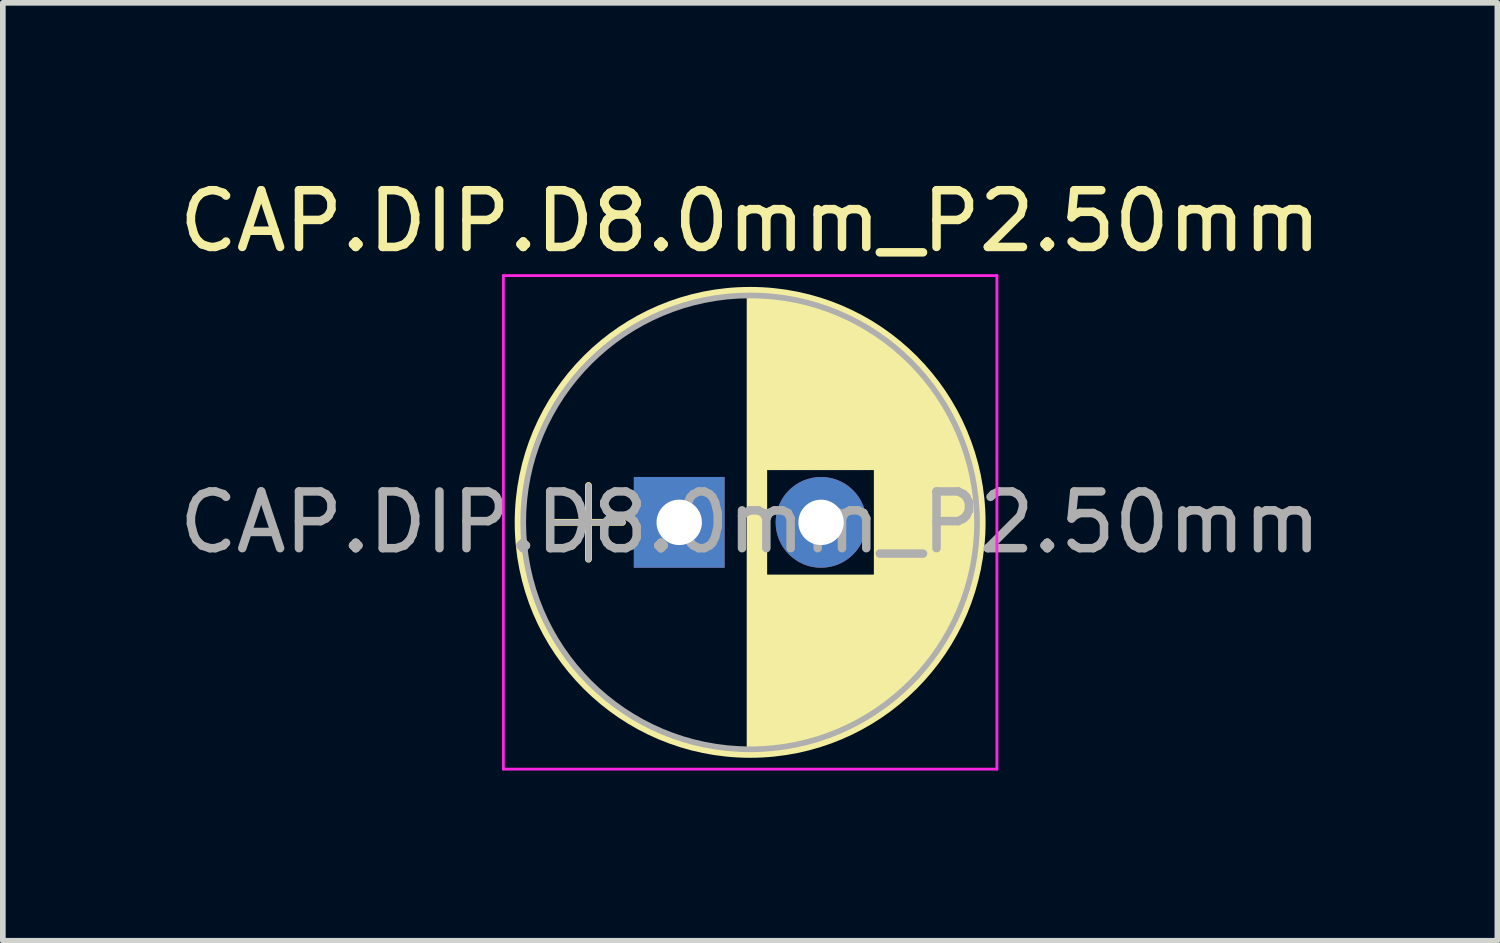
<source format=kicad_pcb>
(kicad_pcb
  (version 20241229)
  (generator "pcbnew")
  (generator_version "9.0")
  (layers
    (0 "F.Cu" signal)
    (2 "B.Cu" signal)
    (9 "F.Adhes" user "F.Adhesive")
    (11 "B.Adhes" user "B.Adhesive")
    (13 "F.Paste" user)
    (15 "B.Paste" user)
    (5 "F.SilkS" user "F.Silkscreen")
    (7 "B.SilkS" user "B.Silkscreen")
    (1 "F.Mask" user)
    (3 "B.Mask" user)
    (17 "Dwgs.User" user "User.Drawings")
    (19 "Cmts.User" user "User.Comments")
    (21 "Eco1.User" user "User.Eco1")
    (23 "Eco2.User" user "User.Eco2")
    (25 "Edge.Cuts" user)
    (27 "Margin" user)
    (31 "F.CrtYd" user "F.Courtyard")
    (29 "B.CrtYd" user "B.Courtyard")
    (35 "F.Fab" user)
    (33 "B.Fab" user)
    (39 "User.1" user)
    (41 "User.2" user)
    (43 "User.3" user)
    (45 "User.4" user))
  (footprint "CAP.DIP.D8.0mm_P2.50mm"
    (layer "F.Cu")
    (at 8.923 6.158)
    (property "Reference" "CAP.DIP.D8.0mm_P2.50mm" (at 1.25 -5.31 0) (layer "F.SilkS") (effects (font (size 1 1) (thickness 0.15))))
    (attr through_hole)
    (fp_line (start -2.2 0) (end -1 0) (stroke (width 0.12) (type solid)) (layer "F.SilkS"))
    (fp_line (start -1.6 -0.65) (end -1.6 0.65) (stroke (width 0.12) (type solid)) (layer "F.SilkS"))
    (fp_line (start 1.25 -4.05) (end 1.25 4.05) (stroke (width 0.12) (type solid)) (layer "F.SilkS"))
    (fp_line (start 1.29 -4.05) (end 1.29 4.05) (stroke (width 0.12) (type solid)) (layer "F.SilkS"))
    (fp_line (start 1.33 -4.05) (end 1.33 4.05) (stroke (width 0.12) (type solid)) (layer "F.SilkS"))
    (fp_line (start 1.37 -4.049) (end 1.37 4.049) (stroke (width 0.12) (type solid)) (layer "F.SilkS"))
    (fp_line (start 1.41 -4.047) (end 1.41 4.047) (stroke (width 0.12) (type solid)) (layer "F.SilkS"))
    (fp_line (start 1.45 -4.046) (end 1.45 4.046) (stroke (width 0.12) (type solid)) (layer "F.SilkS"))
    (fp_line (start 1.49 -4.043) (end 1.49 4.043) (stroke (width 0.12) (type solid)) (layer "F.SilkS"))
    (fp_line (start 1.53 -4.041) (end 1.53 -0.98) (stroke (width 0.12) (type solid)) (layer "F.SilkS"))
    (fp_line (start 1.53 0.98) (end 1.53 4.041) (stroke (width 0.12) (type solid)) (layer "F.SilkS"))
    (fp_line (start 1.57 -4.038) (end 1.57 -0.98) (stroke (width 0.12) (type solid)) (layer "F.SilkS"))
    (fp_line (start 1.57 0.98) (end 1.57 4.038) (stroke (width 0.12) (type solid)) (layer "F.SilkS"))
    (fp_line (start 1.61 -4.035) (end 1.61 -0.98) (stroke (width 0.12) (type solid)) (layer "F.SilkS"))
    (fp_line (start 1.61 0.98) (end 1.61 4.035) (stroke (width 0.12) (type solid)) (layer "F.SilkS"))
    (fp_line (start 1.65 -4.031) (end 1.65 -0.98) (stroke (width 0.12) (type solid)) (layer "F.SilkS"))
    (fp_line (start 1.65 0.98) (end 1.65 4.031) (stroke (width 0.12) (type solid)) (layer "F.SilkS"))
    (fp_line (start 1.69 -4.027) (end 1.69 -0.98) (stroke (width 0.12) (type solid)) (layer "F.SilkS"))
    (fp_line (start 1.69 0.98) (end 1.69 4.027) (stroke (width 0.12) (type solid)) (layer "F.SilkS"))
    (fp_line (start 1.73 -4.022) (end 1.73 -0.98) (stroke (width 0.12) (type solid)) (layer "F.SilkS"))
    (fp_line (start 1.73 0.98) (end 1.73 4.022) (stroke (width 0.12) (type solid)) (layer "F.SilkS"))
    (fp_line (start 1.77 -4.017) (end 1.77 -0.98) (stroke (width 0.12) (type solid)) (layer "F.SilkS"))
    (fp_line (start 1.77 0.98) (end 1.77 4.017) (stroke (width 0.12) (type solid)) (layer "F.SilkS"))
    (fp_line (start 1.81 -4.012) (end 1.81 -0.98) (stroke (width 0.12) (type solid)) (layer "F.SilkS"))
    (fp_line (start 1.81 0.98) (end 1.81 4.012) (stroke (width 0.12) (type solid)) (layer "F.SilkS"))
    (fp_line (start 1.85 -4.006) (end 1.85 -0.98) (stroke (width 0.12) (type solid)) (layer "F.SilkS"))
    (fp_line (start 1.85 0.98) (end 1.85 4.006) (stroke (width 0.12) (type solid)) (layer "F.SilkS"))
    (fp_line (start 1.89 -4) (end 1.89 -0.98) (stroke (width 0.12) (type solid)) (layer "F.SilkS"))
    (fp_line (start 1.89 0.98) (end 1.89 4) (stroke (width 0.12) (type solid)) (layer "F.SilkS"))
    (fp_line (start 1.93 -3.994) (end 1.93 -0.98) (stroke (width 0.12) (type solid)) (layer "F.SilkS"))
    (fp_line (start 1.93 0.98) (end 1.93 3.994) (stroke (width 0.12) (type solid)) (layer "F.SilkS"))
    (fp_line (start 1.971 -3.987) (end 1.971 -0.98) (stroke (width 0.12) (type solid)) (layer "F.SilkS"))
    (fp_line (start 1.971 0.98) (end 1.971 3.987) (stroke (width 0.12) (type solid)) (layer "F.SilkS"))
    (fp_line (start 2.011 -3.979) (end 2.011 -0.98) (stroke (width 0.12) (type solid)) (layer "F.SilkS"))
    (fp_line (start 2.011 0.98) (end 2.011 3.979) (stroke (width 0.12) (type solid)) (layer "F.SilkS"))
    (fp_line (start 2.051 -3.971) (end 2.051 -0.98) (stroke (width 0.12) (type solid)) (layer "F.SilkS"))
    (fp_line (start 2.051 0.98) (end 2.051 3.971) (stroke (width 0.12) (type solid)) (layer "F.SilkS"))
    (fp_line (start 2.091 -3.963) (end 2.091 -0.98) (stroke (width 0.12) (type solid)) (layer "F.SilkS"))
    (fp_line (start 2.091 0.98) (end 2.091 3.963) (stroke (width 0.12) (type solid)) (layer "F.SilkS"))
    (fp_line (start 2.131 -3.955) (end 2.131 -0.98) (stroke (width 0.12) (type solid)) (layer "F.SilkS"))
    (fp_line (start 2.131 0.98) (end 2.131 3.955) (stroke (width 0.12) (type solid)) (layer "F.SilkS"))
    (fp_line (start 2.171 -3.946) (end 2.171 -0.98) (stroke (width 0.12) (type solid)) (layer "F.SilkS"))
    (fp_line (start 2.171 0.98) (end 2.171 3.946) (stroke (width 0.12) (type solid)) (layer "F.SilkS"))
    (fp_line (start 2.211 -3.936) (end 2.211 -0.98) (stroke (width 0.12) (type solid)) (layer "F.SilkS"))
    (fp_line (start 2.211 0.98) (end 2.211 3.936) (stroke (width 0.12) (type solid)) (layer "F.SilkS"))
    (fp_line (start 2.251 -3.926) (end 2.251 -0.98) (stroke (width 0.12) (type solid)) (layer "F.SilkS"))
    (fp_line (start 2.251 0.98) (end 2.251 3.926) (stroke (width 0.12) (type solid)) (layer "F.SilkS"))
    (fp_line (start 2.291 -3.916) (end 2.291 -0.98) (stroke (width 0.12) (type solid)) (layer "F.SilkS"))
    (fp_line (start 2.291 0.98) (end 2.291 3.916) (stroke (width 0.12) (type solid)) (layer "F.SilkS"))
    (fp_line (start 2.331 -3.905) (end 2.331 -0.98) (stroke (width 0.12) (type solid)) (layer "F.SilkS"))
    (fp_line (start 2.331 0.98) (end 2.331 3.905) (stroke (width 0.12) (type solid)) (layer "F.SilkS"))
    (fp_line (start 2.371 -3.894) (end 2.371 -0.98) (stroke (width 0.12) (type solid)) (layer "F.SilkS"))
    (fp_line (start 2.371 0.98) (end 2.371 3.894) (stroke (width 0.12) (type solid)) (layer "F.SilkS"))
    (fp_line (start 2.411 -3.883) (end 2.411 -0.98) (stroke (width 0.12) (type solid)) (layer "F.SilkS"))
    (fp_line (start 2.411 0.98) (end 2.411 3.883) (stroke (width 0.12) (type solid)) (layer "F.SilkS"))
    (fp_line (start 2.451 -3.87) (end 2.451 -0.98) (stroke (width 0.12) (type solid)) (layer "F.SilkS"))
    (fp_line (start 2.451 0.98) (end 2.451 3.87) (stroke (width 0.12) (type solid)) (layer "F.SilkS"))
    (fp_line (start 2.491 -3.858) (end 2.491 -0.98) (stroke (width 0.12) (type solid)) (layer "F.SilkS"))
    (fp_line (start 2.491 0.98) (end 2.491 3.858) (stroke (width 0.12) (type solid)) (layer "F.SilkS"))
    (fp_line (start 2.531 -3.845) (end 2.531 -0.98) (stroke (width 0.12) (type solid)) (layer "F.SilkS"))
    (fp_line (start 2.531 0.98) (end 2.531 3.845) (stroke (width 0.12) (type solid)) (layer "F.SilkS"))
    (fp_line (start 2.571 -3.832) (end 2.571 -0.98) (stroke (width 0.12) (type solid)) (layer "F.SilkS"))
    (fp_line (start 2.571 0.98) (end 2.571 3.832) (stroke (width 0.12) (type solid)) (layer "F.SilkS"))
    (fp_line (start 2.611 -3.818) (end 2.611 -0.98) (stroke (width 0.12) (type solid)) (layer "F.SilkS"))
    (fp_line (start 2.611 0.98) (end 2.611 3.818) (stroke (width 0.12) (type solid)) (layer "F.SilkS"))
    (fp_line (start 2.651 -3.803) (end 2.651 -0.98) (stroke (width 0.12) (type solid)) (layer "F.SilkS"))
    (fp_line (start 2.651 0.98) (end 2.651 3.803) (stroke (width 0.12) (type solid)) (layer "F.SilkS"))
    (fp_line (start 2.691 -3.789) (end 2.691 -0.98) (stroke (width 0.12) (type solid)) (layer "F.SilkS"))
    (fp_line (start 2.691 0.98) (end 2.691 3.789) (stroke (width 0.12) (type solid)) (layer "F.SilkS"))
    (fp_line (start 2.731 -3.773) (end 2.731 -0.98) (stroke (width 0.12) (type solid)) (layer "F.SilkS"))
    (fp_line (start 2.731 0.98) (end 2.731 3.773) (stroke (width 0.12) (type solid)) (layer "F.SilkS"))
    (fp_line (start 2.771 -3.758) (end 2.771 -0.98) (stroke (width 0.12) (type solid)) (layer "F.SilkS"))
    (fp_line (start 2.771 0.98) (end 2.771 3.758) (stroke (width 0.12) (type solid)) (layer "F.SilkS"))
    (fp_line (start 2.811 -3.741) (end 2.811 -0.98) (stroke (width 0.12) (type solid)) (layer "F.SilkS"))
    (fp_line (start 2.811 0.98) (end 2.811 3.741) (stroke (width 0.12) (type solid)) (layer "F.SilkS"))
    (fp_line (start 2.851 -3.725) (end 2.851 -0.98) (stroke (width 0.12) (type solid)) (layer "F.SilkS"))
    (fp_line (start 2.851 0.98) (end 2.851 3.725) (stroke (width 0.12) (type solid)) (layer "F.SilkS"))
    (fp_line (start 2.891 -3.707) (end 2.891 -0.98) (stroke (width 0.12) (type solid)) (layer "F.SilkS"))
    (fp_line (start 2.891 0.98) (end 2.891 3.707) (stroke (width 0.12) (type solid)) (layer "F.SilkS"))
    (fp_line (start 2.931 -3.69) (end 2.931 -0.98) (stroke (width 0.12) (type solid)) (layer "F.SilkS"))
    (fp_line (start 2.931 0.98) (end 2.931 3.69) (stroke (width 0.12) (type solid)) (layer "F.SilkS"))
    (fp_line (start 2.971 -3.671) (end 2.971 -0.98) (stroke (width 0.12) (type solid)) (layer "F.SilkS"))
    (fp_line (start 2.971 0.98) (end 2.971 3.671) (stroke (width 0.12) (type solid)) (layer "F.SilkS"))
    (fp_line (start 3.011 -3.652) (end 3.011 -0.98) (stroke (width 0.12) (type solid)) (layer "F.SilkS"))
    (fp_line (start 3.011 0.98) (end 3.011 3.652) (stroke (width 0.12) (type solid)) (layer "F.SilkS"))
    (fp_line (start 3.051 -3.633) (end 3.051 -0.98) (stroke (width 0.12) (type solid)) (layer "F.SilkS"))
    (fp_line (start 3.051 0.98) (end 3.051 3.633) (stroke (width 0.12) (type solid)) (layer "F.SilkS"))
    (fp_line (start 3.091 -3.613) (end 3.091 -0.98) (stroke (width 0.12) (type solid)) (layer "F.SilkS"))
    (fp_line (start 3.091 0.98) (end 3.091 3.613) (stroke (width 0.12) (type solid)) (layer "F.SilkS"))
    (fp_line (start 3.131 -3.593) (end 3.131 -0.98) (stroke (width 0.12) (type solid)) (layer "F.SilkS"))
    (fp_line (start 3.131 0.98) (end 3.131 3.593) (stroke (width 0.12) (type solid)) (layer "F.SilkS"))
    (fp_line (start 3.171 -3.572) (end 3.171 -0.98) (stroke (width 0.12) (type solid)) (layer "F.SilkS"))
    (fp_line (start 3.171 0.98) (end 3.171 3.572) (stroke (width 0.12) (type solid)) (layer "F.SilkS"))
    (fp_line (start 3.211 -3.55) (end 3.211 -0.98) (stroke (width 0.12) (type solid)) (layer "F.SilkS"))
    (fp_line (start 3.211 0.98) (end 3.211 3.55) (stroke (width 0.12) (type solid)) (layer "F.SilkS"))
    (fp_line (start 3.251 -3.528) (end 3.251 -0.98) (stroke (width 0.12) (type solid)) (layer "F.SilkS"))
    (fp_line (start 3.251 0.98) (end 3.251 3.528) (stroke (width 0.12) (type solid)) (layer "F.SilkS"))
    (fp_line (start 3.291 -3.505) (end 3.291 -0.98) (stroke (width 0.12) (type solid)) (layer "F.SilkS"))
    (fp_line (start 3.291 0.98) (end 3.291 3.505) (stroke (width 0.12) (type solid)) (layer "F.SilkS"))
    (fp_line (start 3.331 -3.482) (end 3.331 -0.98) (stroke (width 0.12) (type solid)) (layer "F.SilkS"))
    (fp_line (start 3.331 0.98) (end 3.331 3.482) (stroke (width 0.12) (type solid)) (layer "F.SilkS"))
    (fp_line (start 3.371 -3.458) (end 3.371 -0.98) (stroke (width 0.12) (type solid)) (layer "F.SilkS"))
    (fp_line (start 3.371 0.98) (end 3.371 3.458) (stroke (width 0.12) (type solid)) (layer "F.SilkS"))
    (fp_line (start 3.411 -3.434) (end 3.411 -0.98) (stroke (width 0.12) (type solid)) (layer "F.SilkS"))
    (fp_line (start 3.411 0.98) (end 3.411 3.434) (stroke (width 0.12) (type solid)) (layer "F.SilkS"))
    (fp_line (start 3.451 -3.408) (end 3.451 -0.98) (stroke (width 0.12) (type solid)) (layer "F.SilkS"))
    (fp_line (start 3.451 0.98) (end 3.451 3.408) (stroke (width 0.12) (type solid)) (layer "F.SilkS"))
    (fp_line (start 3.491 -3.383) (end 3.491 3.383) (stroke (width 0.12) (type solid)) (layer "F.SilkS"))
    (fp_line (start 3.531 -3.356) (end 3.531 3.356) (stroke (width 0.12) (type solid)) (layer "F.SilkS"))
    (fp_line (start 3.571 -3.329) (end 3.571 3.329) (stroke (width 0.12) (type solid)) (layer "F.SilkS"))
    (fp_line (start 3.611 -3.301) (end 3.611 3.301) (stroke (width 0.12) (type solid)) (layer "F.SilkS"))
    (fp_line (start 3.651 -3.272) (end 3.651 3.272) (stroke (width 0.12) (type solid)) (layer "F.SilkS"))
    (fp_line (start 3.691 -3.243) (end 3.691 3.243) (stroke (width 0.12) (type solid)) (layer "F.SilkS"))
    (fp_line (start 3.731 -3.213) (end 3.731 3.213) (stroke (width 0.12) (type solid)) (layer "F.SilkS"))
    (fp_line (start 3.771 -3.182) (end 3.771 3.182) (stroke (width 0.12) (type solid)) (layer "F.SilkS"))
    (fp_line (start 3.811 -3.15) (end 3.811 3.15) (stroke (width 0.12) (type solid)) (layer "F.SilkS"))
    (fp_line (start 3.851 -3.118) (end 3.851 3.118) (stroke (width 0.12) (type solid)) (layer "F.SilkS"))
    (fp_line (start 3.891 -3.084) (end 3.891 3.084) (stroke (width 0.12) (type solid)) (layer "F.SilkS"))
    (fp_line (start 3.931 -3.05) (end 3.931 3.05) (stroke (width 0.12) (type solid)) (layer "F.SilkS"))
    (fp_line (start 3.971 -3.015) (end 3.971 3.015) (stroke (width 0.12) (type solid)) (layer "F.SilkS"))
    (fp_line (start 4.011 -2.979) (end 4.011 2.979) (stroke (width 0.12) (type solid)) (layer "F.SilkS"))
    (fp_line (start 4.051 -2.942) (end 4.051 2.942) (stroke (width 0.12) (type solid)) (layer "F.SilkS"))
    (fp_line (start 4.091 -2.904) (end 4.091 2.904) (stroke (width 0.12) (type solid)) (layer "F.SilkS"))
    (fp_line (start 4.131 -2.865) (end 4.131 2.865) (stroke (width 0.12) (type solid)) (layer "F.SilkS"))
    (fp_line (start 4.171 -2.824) (end 4.171 2.824) (stroke (width 0.12) (type solid)) (layer "F.SilkS"))
    (fp_line (start 4.211 -2.783) (end 4.211 2.783) (stroke (width 0.12) (type solid)) (layer "F.SilkS"))
    (fp_line (start 4.251 -2.74) (end 4.251 2.74) (stroke (width 0.12) (type solid)) (layer "F.SilkS"))
    (fp_line (start 4.291 -2.697) (end 4.291 2.697) (stroke (width 0.12) (type solid)) (layer "F.SilkS"))
    (fp_line (start 4.331 -2.652) (end 4.331 2.652) (stroke (width 0.12) (type solid)) (layer "F.SilkS"))
    (fp_line (start 4.371 -2.605) (end 4.371 2.605) (stroke (width 0.12) (type solid)) (layer "F.SilkS"))
    (fp_line (start 4.411 -2.557) (end 4.411 2.557) (stroke (width 0.12) (type solid)) (layer "F.SilkS"))
    (fp_line (start 4.451 -2.508) (end 4.451 2.508) (stroke (width 0.12) (type solid)) (layer "F.SilkS"))
    (fp_line (start 4.491 -2.457) (end 4.491 2.457) (stroke (width 0.12) (type solid)) (layer "F.SilkS"))
    (fp_line (start 4.531 -2.404) (end 4.531 2.404) (stroke (width 0.12) (type solid)) (layer "F.SilkS"))
    (fp_line (start 4.571 -2.349) (end 4.571 2.349) (stroke (width 0.12) (type solid)) (layer "F.SilkS"))
    (fp_line (start 4.611 -2.293) (end 4.611 2.293) (stroke (width 0.12) (type solid)) (layer "F.SilkS"))
    (fp_line (start 4.651 -2.234) (end 4.651 2.234) (stroke (width 0.12) (type solid)) (layer "F.SilkS"))
    (fp_line (start 4.691 -2.173) (end 4.691 2.173) (stroke (width 0.12) (type solid)) (layer "F.SilkS"))
    (fp_line (start 4.731 -2.109) (end 4.731 2.109) (stroke (width 0.12) (type solid)) (layer "F.SilkS"))
    (fp_line (start 4.771 -2.043) (end 4.771 2.043) (stroke (width 0.12) (type solid)) (layer "F.SilkS"))
    (fp_line (start 4.811 -1.974) (end 4.811 1.974) (stroke (width 0.12) (type solid)) (layer "F.SilkS"))
    (fp_line (start 4.851 -1.902) (end 4.851 1.902) (stroke (width 0.12) (type solid)) (layer "F.SilkS"))
    (fp_line (start 4.891 -1.826) (end 4.891 1.826) (stroke (width 0.12) (type solid)) (layer "F.SilkS"))
    (fp_line (start 4.931 -1.745) (end 4.931 1.745) (stroke (width 0.12) (type solid)) (layer "F.SilkS"))
    (fp_line (start 4.971 -1.66) (end 4.971 1.66) (stroke (width 0.12) (type solid)) (layer "F.SilkS"))
    (fp_line (start 5.011 -1.57) (end 5.011 1.57) (stroke (width 0.12) (type solid)) (layer "F.SilkS"))
    (fp_line (start 5.051 -1.473) (end 5.051 1.473) (stroke (width 0.12) (type solid)) (layer "F.SilkS"))
    (fp_line (start 5.091 -1.369) (end 5.091 1.369) (stroke (width 0.12) (type solid)) (layer "F.SilkS"))
    (fp_line (start 5.131 -1.254) (end 5.131 1.254) (stroke (width 0.12) (type solid)) (layer "F.SilkS"))
    (fp_line (start 5.171 -1.127) (end 5.171 1.127) (stroke (width 0.12) (type solid)) (layer "F.SilkS"))
    (fp_line (start 5.211 -0.983) (end 5.211 0.983) (stroke (width 0.12) (type solid)) (layer "F.SilkS"))
    (fp_line (start 5.251 -0.814) (end 5.251 0.814) (stroke (width 0.12) (type solid)) (layer "F.SilkS"))
    (fp_line (start 5.291 -0.598) (end 5.291 0.598) (stroke (width 0.12) (type solid)) (layer "F.SilkS"))
    (fp_line (start 5.331 -0.246) (end 5.331 0.246) (stroke (width 0.12) (type solid)) (layer "F.SilkS"))
    (fp_circle (center 1.25 0) (end 5.34 0) (stroke (width 0.12) (type solid)) (fill no) (layer "F.SilkS"))
    (fp_line (start -3.1 -4.35) (end -3.1 4.35) (stroke (width 0.05) (type solid)) (layer "F.CrtYd"))
    (fp_line (start -3.1 4.35) (end 5.6 4.35) (stroke (width 0.05) (type solid)) (layer "F.CrtYd"))
    (fp_line (start 5.6 -4.35) (end -3.1 -4.35) (stroke (width 0.05) (type solid)) (layer "F.CrtYd"))
    (fp_line (start 5.6 4.35) (end 5.6 -4.35) (stroke (width 0.05) (type solid)) (layer "F.CrtYd"))
    (fp_line (start -2.2 0) (end -1 0) (stroke (width 0.1) (type solid)) (layer "F.Fab"))
    (fp_line (start -1.6 -0.65) (end -1.6 0.65) (stroke (width 0.1) (type solid)) (layer "F.Fab"))
    (fp_circle (center 1.25 0) (end 5.25 0) (stroke (width 0.1) (type solid)) (fill no) (layer "F.Fab"))
    (fp_text user "${REFERENCE}" (at 1.25 0 0) (layer "F.Fab") (effects (font (size 1 1) (thickness 0.15))))
    (pad "1" thru_hole rect (at 0 0) (size 1.6 1.6) (drill 0.8) (layers "*.Cu" "*.Mask"))
    (pad "2" thru_hole circle (at 2.5 0) (size 1.6 1.6) (drill 0.8) (layers "*.Cu" "*.Mask")))
  (gr_rect
    (start -3 -3)
    (end 23.345 13.533)
    (stroke (width 0.1) (type default))
    (fill no)
    (layer "Edge.Cuts")))
</source>
